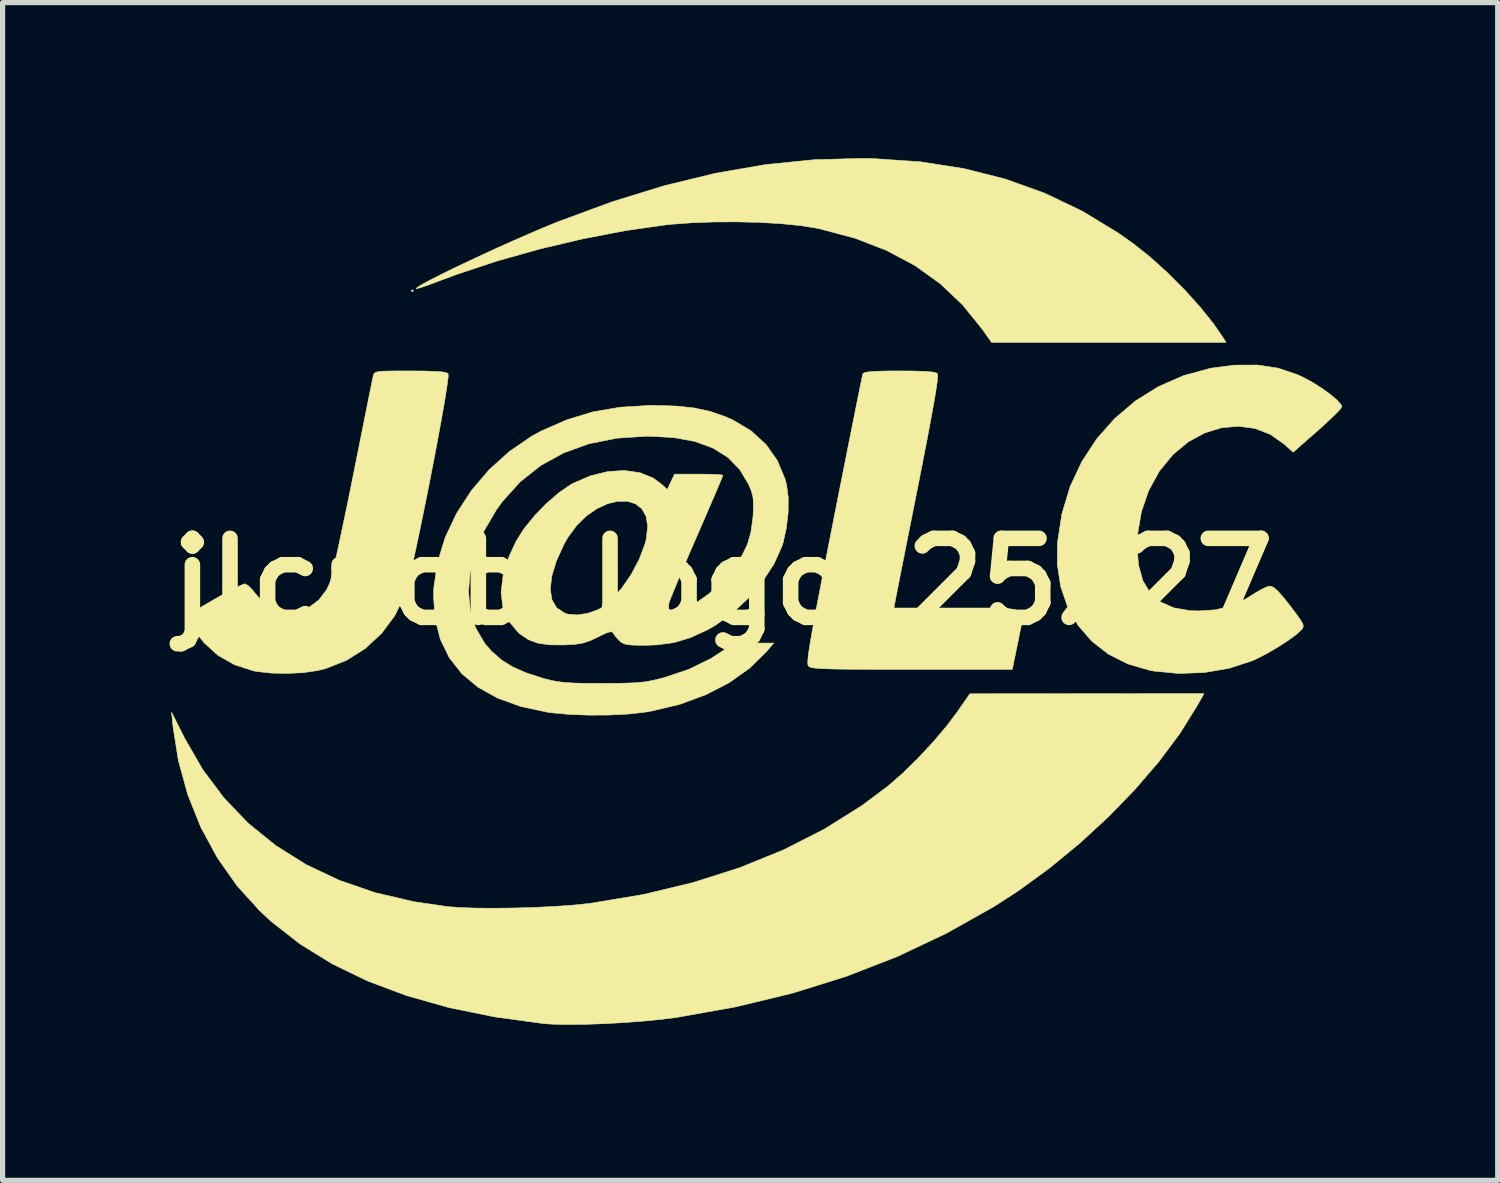
<source format=kicad_pcb>
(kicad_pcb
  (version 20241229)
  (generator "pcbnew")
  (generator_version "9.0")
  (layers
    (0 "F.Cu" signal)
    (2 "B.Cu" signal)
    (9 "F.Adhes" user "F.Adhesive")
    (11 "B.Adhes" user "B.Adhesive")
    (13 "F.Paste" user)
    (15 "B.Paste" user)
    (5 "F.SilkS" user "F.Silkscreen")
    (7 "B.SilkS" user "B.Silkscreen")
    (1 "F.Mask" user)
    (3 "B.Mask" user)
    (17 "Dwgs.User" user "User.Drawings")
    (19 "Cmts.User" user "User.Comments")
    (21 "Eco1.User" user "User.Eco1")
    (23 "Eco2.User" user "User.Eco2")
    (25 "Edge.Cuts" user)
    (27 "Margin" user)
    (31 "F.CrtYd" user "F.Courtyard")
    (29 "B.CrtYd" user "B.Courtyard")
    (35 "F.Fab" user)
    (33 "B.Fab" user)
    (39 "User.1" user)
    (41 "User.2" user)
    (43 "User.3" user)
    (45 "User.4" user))
  (footprint "jlcpcb_logo_25x27"
    (layer "F.Cu")
    (at 10.893 8.168)
    (property "Reference" "jlcpcb_logo_25x27" (at 0 0 0) (layer "F.SilkS") (effects (font (size 1.524 1.524) (thickness 0.3))))
    (attr through_hole)
    (fp_poly (pts (xy -5.969 -5.609) (xy -5.99 -5.588) (xy -6.011 -5.609) (xy -5.99 -5.63) (xy -5.969 -5.609)) (stroke (width 0.01) (type solid)) (fill yes) (layer "F.SilkS"))
    (fp_poly (pts (xy 2.917 -8.158) (xy 3.805 -8.098) (xy 4.647 -7.967) (xy 5.446 -7.765) (xy 6.207 -7.492) (xy 6.932 -7.145) (xy 7.626 -6.723) (xy 7.918 -6.517) (xy 8.245 -6.256) (xy 8.581 -5.952) (xy 8.908 -5.624) (xy 9.21 -5.289) (xy 9.468 -4.965) (xy 9.63 -4.731) (xy 9.704 -4.614) (xy 5.181 -4.614) (xy 5.005 -4.865) (xy 4.624 -5.336) (xy 4.191 -5.747) (xy 3.702 -6.097) (xy 3.156 -6.388) (xy 2.549 -6.623) (xy 1.88 -6.801) (xy 1.787 -6.821) (xy 1.486 -6.868) (xy 1.121 -6.904) (xy 0.711 -6.928) (xy 0.276 -6.939) (xy -0.164 -6.937) (xy -0.591 -6.922) (xy -0.984 -6.893) (xy -1.101 -6.881) (xy -1.88 -6.77) (xy -2.699 -6.612) (xy -3.53 -6.416) (xy -4.347 -6.186) (xy -5.121 -5.93) (xy -5.467 -5.801) (xy -5.644 -5.735) (xy -5.789 -5.684) (xy -5.886 -5.655) (xy -5.918 -5.65) (xy -5.893 -5.678) (xy -5.799 -5.735) (xy -5.647 -5.817) (xy -5.445 -5.919) (xy -5.204 -6.038) (xy -4.932 -6.167) (xy -4.64 -6.304) (xy -4.337 -6.443) (xy -4.031 -6.58) (xy -3.734 -6.71) (xy -3.453 -6.83) (xy -3.199 -6.934) (xy -3.176 -6.943) (xy -2.132 -7.328) (xy -1.122 -7.639) (xy -0.14 -7.877) (xy 0.819 -8.043) (xy 1.76 -8.138) (xy 2.689 -8.163) (xy 2.917 -8.158)) (stroke (width 0.01) (type solid)) (fill yes) (layer "F.SilkS"))
    (fp_poly (pts (xy 9.142 2.402) (xy 8.812 2.931) (xy 8.41 3.47) (xy 7.946 4.009) (xy 7.432 4.539) (xy 6.878 5.049) (xy 6.294 5.529) (xy 5.691 5.968) (xy 5.228 6.267) (xy 4.312 6.782) (xy 3.361 7.232) (xy 2.369 7.617) (xy 1.331 7.94) (xy 0.241 8.203) (xy -0.892 8.405) (xy -1.189 8.443) (xy -1.531 8.476) (xy -1.897 8.504) (xy -2.27 8.525) (xy -2.631 8.538) (xy -2.963 8.543) (xy -3.246 8.538) (xy -3.45 8.525) (xy -4.402 8.395) (xy -5.286 8.215) (xy -6.103 7.984) (xy -6.853 7.703) (xy -7.538 7.371) (xy -8.159 6.987) (xy -8.715 6.552) (xy -8.93 6.352) (xy -9.372 5.865) (xy -9.753 5.323) (xy -10.072 4.733) (xy -10.323 4.105) (xy -10.504 3.446) (xy -10.606 2.794) (xy -10.634 2.519) (xy -10.378 3.027) (xy -10.028 3.633) (xy -9.618 4.179) (xy -9.149 4.666) (xy -8.622 5.092) (xy -8.04 5.457) (xy -7.402 5.759) (xy -6.71 5.998) (xy -5.966 6.172) (xy -5.311 6.268) (xy -5.061 6.287) (xy -4.746 6.297) (xy -4.385 6.299) (xy -3.999 6.294) (xy -3.606 6.282) (xy -3.226 6.263) (xy -2.877 6.238) (xy -2.581 6.208) (xy -2.54 6.202) (xy -1.535 6.034) (xy -0.58 5.805) (xy 0.322 5.518) (xy 1.168 5.174) (xy 1.957 4.773) (xy 2.684 4.317) (xy 3.182 3.944) (xy 3.467 3.696) (xy 3.767 3.402) (xy 4.061 3.086) (xy 4.325 2.772) (xy 4.511 2.525) (xy 4.763 2.163) (xy 7.021 2.161) (xy 9.279 2.159) (xy 9.142 2.402)) (stroke (width 0.01) (type solid)) (fill yes) (layer "F.SilkS"))
    (fp_poly (pts (xy 3.692 -4.062) (xy 3.9 -4.055) (xy 4.039 -4.043) (xy 4.118 -4.025) (xy 4.139 -4.011) (xy 4.143 -3.965) (xy 4.133 -3.855) (xy 4.107 -3.677) (xy 4.065 -3.43) (xy 4.007 -3.11) (xy 3.932 -2.714) (xy 3.84 -2.24) (xy 3.77 -1.884) (xy 3.688 -1.471) (xy 3.61 -1.079) (xy 3.538 -0.717) (xy 3.474 -0.394) (xy 3.419 -0.117) (xy 3.376 0.104) (xy 3.345 0.26) (xy 3.329 0.344) (xy 3.328 0.349) (xy 3.298 0.508) (xy 4.496 0.508) (xy 4.867 0.508) (xy 5.162 0.509) (xy 5.388 0.514) (xy 5.554 0.527) (xy 5.668 0.549) (xy 5.738 0.584) (xy 5.772 0.635) (xy 5.779 0.703) (xy 5.766 0.793) (xy 5.742 0.907) (xy 5.736 0.935) (xy 5.697 1.129) (xy 5.655 1.335) (xy 5.631 1.45) (xy 5.582 1.693) (xy 3.643 1.693) (xy 3.182 1.693) (xy 2.799 1.692) (xy 2.487 1.69) (xy 2.237 1.687) (xy 2.043 1.683) (xy 1.897 1.677) (xy 1.792 1.669) (xy 1.721 1.659) (xy 1.677 1.646) (xy 1.652 1.631) (xy 1.648 1.626) (xy 1.639 1.602) (xy 1.636 1.555) (xy 1.641 1.479) (xy 1.654 1.368) (xy 1.677 1.218) (xy 1.71 1.022) (xy 1.755 0.775) (xy 1.811 0.471) (xy 1.881 0.104) (xy 1.966 -0.33) (xy 2.065 -0.839) (xy 2.136 -1.199) (xy 2.229 -1.672) (xy 2.318 -2.12) (xy 2.401 -2.537) (xy 2.477 -2.916) (xy 2.544 -3.251) (xy 2.6 -3.533) (xy 2.646 -3.757) (xy 2.678 -3.914) (xy 2.696 -3.999) (xy 2.699 -4.011) (xy 2.731 -4.032) (xy 2.814 -4.047) (xy 2.956 -4.057) (xy 3.167 -4.063) (xy 3.407 -4.064) (xy 3.692 -4.062)) (stroke (width 0.01) (type solid)) (fill yes) (layer "F.SilkS"))
    (fp_poly (pts (xy 10.71 -4.117) (xy 11.088 -3.989) (xy 11.197 -3.938) (xy 11.381 -3.838) (xy 11.561 -3.723) (xy 11.721 -3.607) (xy 11.847 -3.499) (xy 11.923 -3.412) (xy 11.938 -3.372) (xy 11.908 -3.328) (xy 11.824 -3.24) (xy 11.699 -3.119) (xy 11.543 -2.976) (xy 11.468 -2.909) (xy 10.998 -2.496) (xy 10.827 -2.65) (xy 10.559 -2.839) (xy 10.26 -2.955) (xy 9.943 -2.997) (xy 9.617 -2.968) (xy 9.292 -2.868) (xy 8.979 -2.698) (xy 8.688 -2.458) (xy 8.68 -2.451) (xy 8.418 -2.131) (xy 8.213 -1.758) (xy 8.071 -1.346) (xy 7.997 -0.911) (xy 7.987 -0.677) (xy 8.016 -0.316) (xy 8.1 -0.018) (xy 8.241 0.218) (xy 8.44 0.392) (xy 8.697 0.506) (xy 9.014 0.56) (xy 9.165 0.565) (xy 9.495 0.544) (xy 9.786 0.473) (xy 10.069 0.342) (xy 10.25 0.23) (xy 10.38 0.152) (xy 10.495 0.099) (xy 10.556 0.085) (xy 10.62 0.11) (xy 10.71 0.189) (xy 10.832 0.329) (xy 10.939 0.466) (xy 11.064 0.632) (xy 11.144 0.744) (xy 11.185 0.817) (xy 11.194 0.866) (xy 11.177 0.905) (xy 11.152 0.935) (xy 11.045 1.03) (xy 10.883 1.147) (xy 10.688 1.272) (xy 10.483 1.391) (xy 10.288 1.491) (xy 10.209 1.526) (xy 9.766 1.671) (xy 9.286 1.753) (xy 8.792 1.772) (xy 8.309 1.725) (xy 8.234 1.711) (xy 7.81 1.588) (xy 7.436 1.399) (xy 7.115 1.15) (xy 6.852 0.846) (xy 6.651 0.494) (xy 6.515 0.098) (xy 6.449 -0.336) (xy 6.453 -0.754) (xy 6.538 -1.309) (xy 6.696 -1.832) (xy 6.923 -2.316) (xy 7.212 -2.757) (xy 7.559 -3.148) (xy 7.957 -3.486) (xy 8.402 -3.763) (xy 8.888 -3.975) (xy 9.41 -4.117) (xy 9.864 -4.176) (xy 10.308 -4.178) (xy 10.71 -4.117)) (stroke (width 0.01) (type solid)) (fill yes) (layer "F.SilkS"))
    (fp_poly (pts (xy -5.751 -4.062) (xy -5.544 -4.055) (xy -5.405 -4.044) (xy -5.325 -4.026) (xy -5.3 -4.01) (xy -5.298 -3.958) (xy -5.313 -3.833) (xy -5.341 -3.645) (xy -5.381 -3.402) (xy -5.432 -3.115) (xy -5.491 -2.794) (xy -5.556 -2.447) (xy -5.626 -2.085) (xy -5.698 -1.717) (xy -5.772 -1.352) (xy -5.844 -1.001) (xy -5.913 -0.673) (xy -5.977 -0.377) (xy -6.034 -0.124) (xy -6.083 0.078) (xy -6.122 0.218) (xy -6.137 0.264) (xy -6.328 0.656) (xy -6.585 1) (xy -6.899 1.29) (xy -7.26 1.518) (xy -7.66 1.676) (xy -7.82 1.716) (xy -8.09 1.755) (xy -8.398 1.771) (xy -8.71 1.764) (xy -8.987 1.734) (xy -9.059 1.72) (xy -9.423 1.602) (xy -9.743 1.419) (xy -10.009 1.177) (xy -10.118 1.037) (xy -10.214 0.896) (xy -10.273 0.791) (xy -10.29 0.71) (xy -10.259 0.637) (xy -10.173 0.561) (xy -10.027 0.468) (xy -9.815 0.345) (xy -9.809 0.341) (xy -9.617 0.233) (xy -9.446 0.142) (xy -9.313 0.077) (xy -9.232 0.045) (xy -9.22 0.042) (xy -9.158 0.075) (xy -9.074 0.159) (xy -9.014 0.237) (xy -8.841 0.423) (xy -8.637 0.54) (xy -8.417 0.589) (xy -8.193 0.573) (xy -7.979 0.493) (xy -7.791 0.351) (xy -7.64 0.15) (xy -7.582 0.022) (xy -7.557 -0.064) (xy -7.517 -0.224) (xy -7.466 -0.447) (xy -7.405 -0.725) (xy -7.337 -1.046) (xy -7.262 -1.403) (xy -7.184 -1.784) (xy -7.134 -2.033) (xy -7.057 -2.419) (xy -6.984 -2.782) (xy -6.918 -3.113) (xy -6.86 -3.402) (xy -6.812 -3.642) (xy -6.775 -3.823) (xy -6.752 -3.935) (xy -6.744 -3.969) (xy -6.733 -4.004) (xy -6.711 -4.029) (xy -6.666 -4.046) (xy -6.585 -4.057) (xy -6.455 -4.062) (xy -6.264 -4.064) (xy -6.033 -4.064) (xy -5.751 -4.062)) (stroke (width 0.01) (type solid)) (fill yes) (layer "F.SilkS"))
    (fp_poly (pts (xy -0.904 -3.387) (xy -0.556 -3.35) (xy -0.248 -3.284) (xy 0.041 -3.184) (xy 0.199 -3.114) (xy 0.546 -2.906) (xy 0.832 -2.644) (xy 1.051 -2.333) (xy 1.199 -1.977) (xy 1.228 -1.867) (xy 1.26 -1.623) (xy 1.258 -1.335) (xy 1.224 -1.035) (xy 1.162 -0.755) (xy 1.139 -0.683) (xy 0.987 -0.345) (xy 0.766 -0.005) (xy 0.493 0.318) (xy 0.182 0.607) (xy -0.151 0.846) (xy -0.299 0.93) (xy -0.628 1.081) (xy -0.94 1.175) (xy -1.27 1.22) (xy -1.514 1.228) (xy -1.704 1.226) (xy -1.829 1.217) (xy -1.911 1.198) (xy -1.97 1.163) (xy -2.007 1.13) (xy -2.08 1.046) (xy -2.121 0.98) (xy -2.122 0.98) (xy -2.161 0.964) (xy -2.257 0.994) (xy -2.41 1.067) (xy -2.563 1.14) (xy -2.697 1.184) (xy -2.846 1.209) (xy -3.046 1.221) (xy -3.046 1.221) (xy -3.336 1.22) (xy -3.564 1.188) (xy -3.75 1.12) (xy -3.912 1.011) (xy -3.946 0.982) (xy -4.132 0.761) (xy -4.243 0.502) (xy -4.279 0.207) (xy -4.271 0.143) (xy -3.33 0.143) (xy -3.298 0.349) (xy -3.206 0.505) (xy -3.053 0.606) (xy -2.987 0.628) (xy -2.81 0.642) (xy -2.605 0.611) (xy -2.41 0.541) (xy -2.346 0.506) (xy -2.146 0.346) (xy -1.948 0.122) (xy -1.766 -0.144) (xy -1.614 -0.433) (xy -1.505 -0.722) (xy -1.478 -0.825) (xy -1.451 -1.068) (xy -1.483 -1.262) (xy -1.565 -1.407) (xy -1.689 -1.502) (xy -1.846 -1.55) (xy -2.028 -1.55) (xy -2.224 -1.503) (xy -2.428 -1.409) (xy -2.629 -1.27) (xy -2.819 -1.085) (xy -2.989 -0.854) (xy -3.06 -0.731) (xy -3.211 -0.401) (xy -3.3 -0.109) (xy -3.33 0.143) (xy -4.271 0.143) (xy -4.239 -0.123) (xy -4.124 -0.487) (xy -3.987 -0.783) (xy -3.839 -1.017) (xy -3.638 -1.265) (xy -3.406 -1.505) (xy -3.163 -1.715) (xy -2.931 -1.875) (xy -2.89 -1.897) (xy -2.554 -2.041) (xy -2.221 -2.123) (xy -1.9 -2.144) (xy -1.605 -2.102) (xy -1.348 -2) (xy -1.183 -1.879) (xy -1.074 -1.777) (xy -1.003 -1.926) (xy -0.933 -2.074) (xy -0.466 -2.074) (xy -0.279 -2.072) (xy -0.128 -2.067) (xy -0.029 -2.059) (xy 0 -2.051) (xy -0.016 -2.008) (xy -0.062 -1.897) (xy -0.134 -1.727) (xy -0.228 -1.51) (xy -0.338 -1.253) (xy -0.462 -0.968) (xy -0.511 -0.856) (xy -0.641 -0.557) (xy -0.76 -0.278) (xy -0.863 -0.031) (xy -0.948 0.174) (xy -1.009 0.326) (xy -1.041 0.415) (xy -1.044 0.428) (xy -1.046 0.526) (xy -0.996 0.571) (xy -0.888 0.565) (xy -0.772 0.532) (xy -0.525 0.415) (xy -0.27 0.235) (xy -0.024 0.008) (xy 0.198 -0.25) (xy 0.377 -0.52) (xy 0.473 -0.72) (xy 0.54 -0.955) (xy 0.579 -1.237) (xy 0.583 -1.299) (xy 0.589 -1.488) (xy 0.58 -1.624) (xy 0.551 -1.741) (xy 0.498 -1.871) (xy 0.497 -1.873) (xy 0.325 -2.162) (xy 0.096 -2.396) (xy -0.192 -2.576) (xy -0.541 -2.704) (xy -0.954 -2.779) (xy -1.434 -2.805) (xy -1.46 -2.805) (xy -2.043 -2.767) (xy -2.581 -2.66) (xy -3.072 -2.483) (xy -3.515 -2.239) (xy -3.909 -1.927) (xy -4.251 -1.548) (xy -4.365 -1.391) (xy -4.602 -0.988) (xy -4.772 -0.585) (xy -4.874 -0.187) (xy -4.907 0.196) (xy -4.872 0.558) (xy -4.769 0.892) (xy -4.596 1.188) (xy -4.46 1.345) (xy -4.27 1.511) (xy -4.055 1.645) (xy -3.796 1.759) (xy -3.474 1.863) (xy -3.446 1.871) (xy -3.312 1.905) (xy -3.183 1.929) (xy -3.04 1.946) (xy -2.867 1.956) (xy -2.647 1.961) (xy -2.36 1.962) (xy -2.328 1.962) (xy -2.04 1.961) (xy -1.817 1.956) (xy -1.642 1.947) (xy -1.495 1.931) (xy -1.359 1.907) (xy -1.214 1.872) (xy -1.14 1.853) (xy -0.661 1.693) (xy -0.234 1.484) (xy 0.006 1.328) (xy 0.103 1.261) (xy 0.185 1.219) (xy 0.277 1.196) (xy 0.403 1.187) (xy 0.589 1.185) (xy 0.98 1.185) (xy 0.834 1.356) (xy 0.51 1.673) (xy 0.119 1.95) (xy -0.331 2.182) (xy -0.83 2.366) (xy -1.369 2.495) (xy -1.524 2.521) (xy -1.837 2.555) (xy -2.201 2.573) (xy -2.586 2.575) (xy -2.96 2.561) (xy -3.292 2.531) (xy -3.391 2.517) (xy -3.902 2.407) (xy -4.347 2.246) (xy -4.726 2.035) (xy -5.036 1.775) (xy -5.278 1.467) (xy -5.45 1.113) (xy -5.552 0.714) (xy -5.582 0.269) (xy -5.576 0.114) (xy -5.504 -0.374) (xy -5.355 -0.856) (xy -5.135 -1.32) (xy -4.851 -1.757) (xy -4.51 -2.157) (xy -4.119 -2.51) (xy -3.685 -2.807) (xy -3.496 -2.909) (xy -3.004 -3.124) (xy -2.505 -3.275) (xy -1.978 -3.365) (xy -1.407 -3.399) (xy -1.312 -3.399) (xy -0.904 -3.387)) (stroke (width 0.01) (type solid)) (fill yes) (layer "F.SilkS")))
  (gr_rect
    (start -3 -3)
    (end 25.836 19.715)
    (stroke (width 0.1) (type default))
    (fill no)
    (layer "Edge.Cuts")))
</source>
